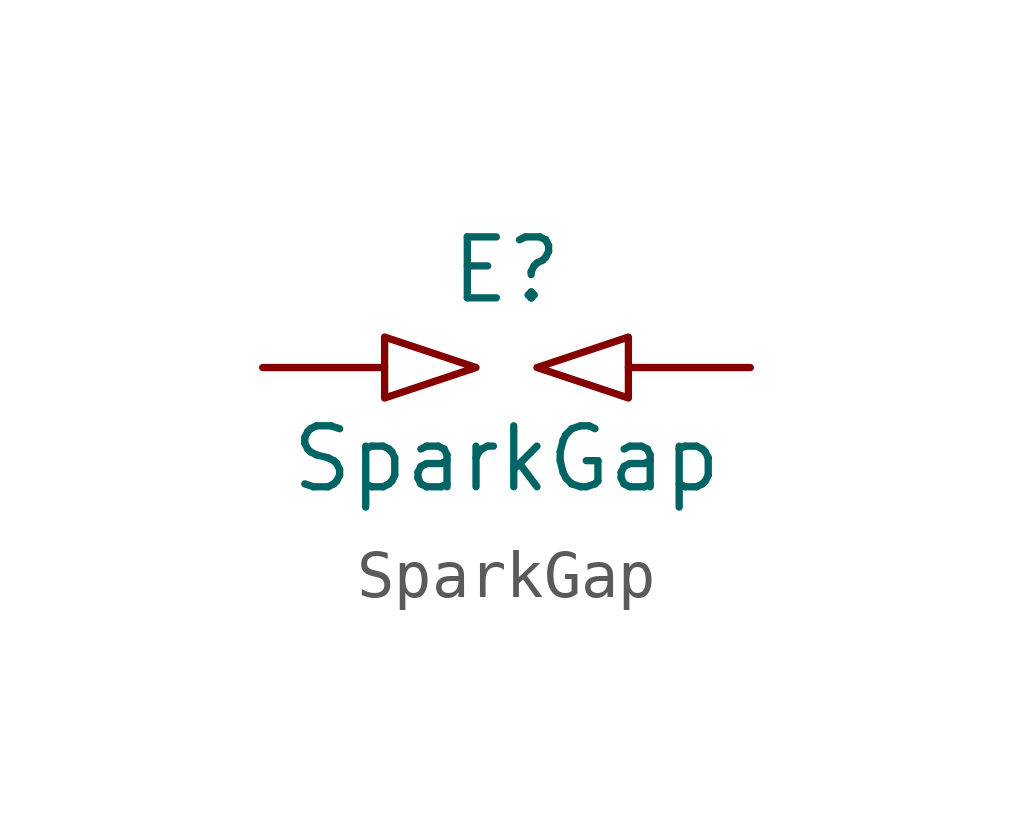
<source format=kicad_sym>
(kicad_symbol_lib
  (version 20241209)
  (generator "kicad_symbol_editor")
  (generator_version "9.0")
  (symbol "SparkGap"
    (pin_numbers
      (hide yes))
    (pin_names
      (offset 0))
    (property "Reference" "E"
      (at 0 2.032 0)
      (effects (font (size 1.27 1.27))))
    (property "Value" "SparkGap"
      (at 0 -1.905 0)
      (effects (font (size 1.27 1.27))))
    (symbol "SparkGap_0_1"
      (polyline (pts (xy -2.54 0.635) (xy -2.54 -0.635) (xy -0.635 0) (xy -2.54 0.635)) (stroke (width 0) (type default)) (fill (type none)))
      (polyline (pts (xy 2.54 0.635) (xy 2.54 -0.635) (xy 0.635 0) (xy 2.54 0.635)) (stroke (width 0) (type default)) (fill (type none))))
    (symbol "SparkGap_1_1"
      (pin passive line (at -5.08 0 0) (length 2.54) (name "~" (effects (font (size 1.27 1.27)))) (number "1" (effects (font (size 1.27 1.27)))))
      (pin passive line (at 5.08 0 180) (length 2.54) (name "~" (effects (font (size 1.27 1.27)))) (number "2" (effects (font (size 1.27 1.27))))))))
</source>
